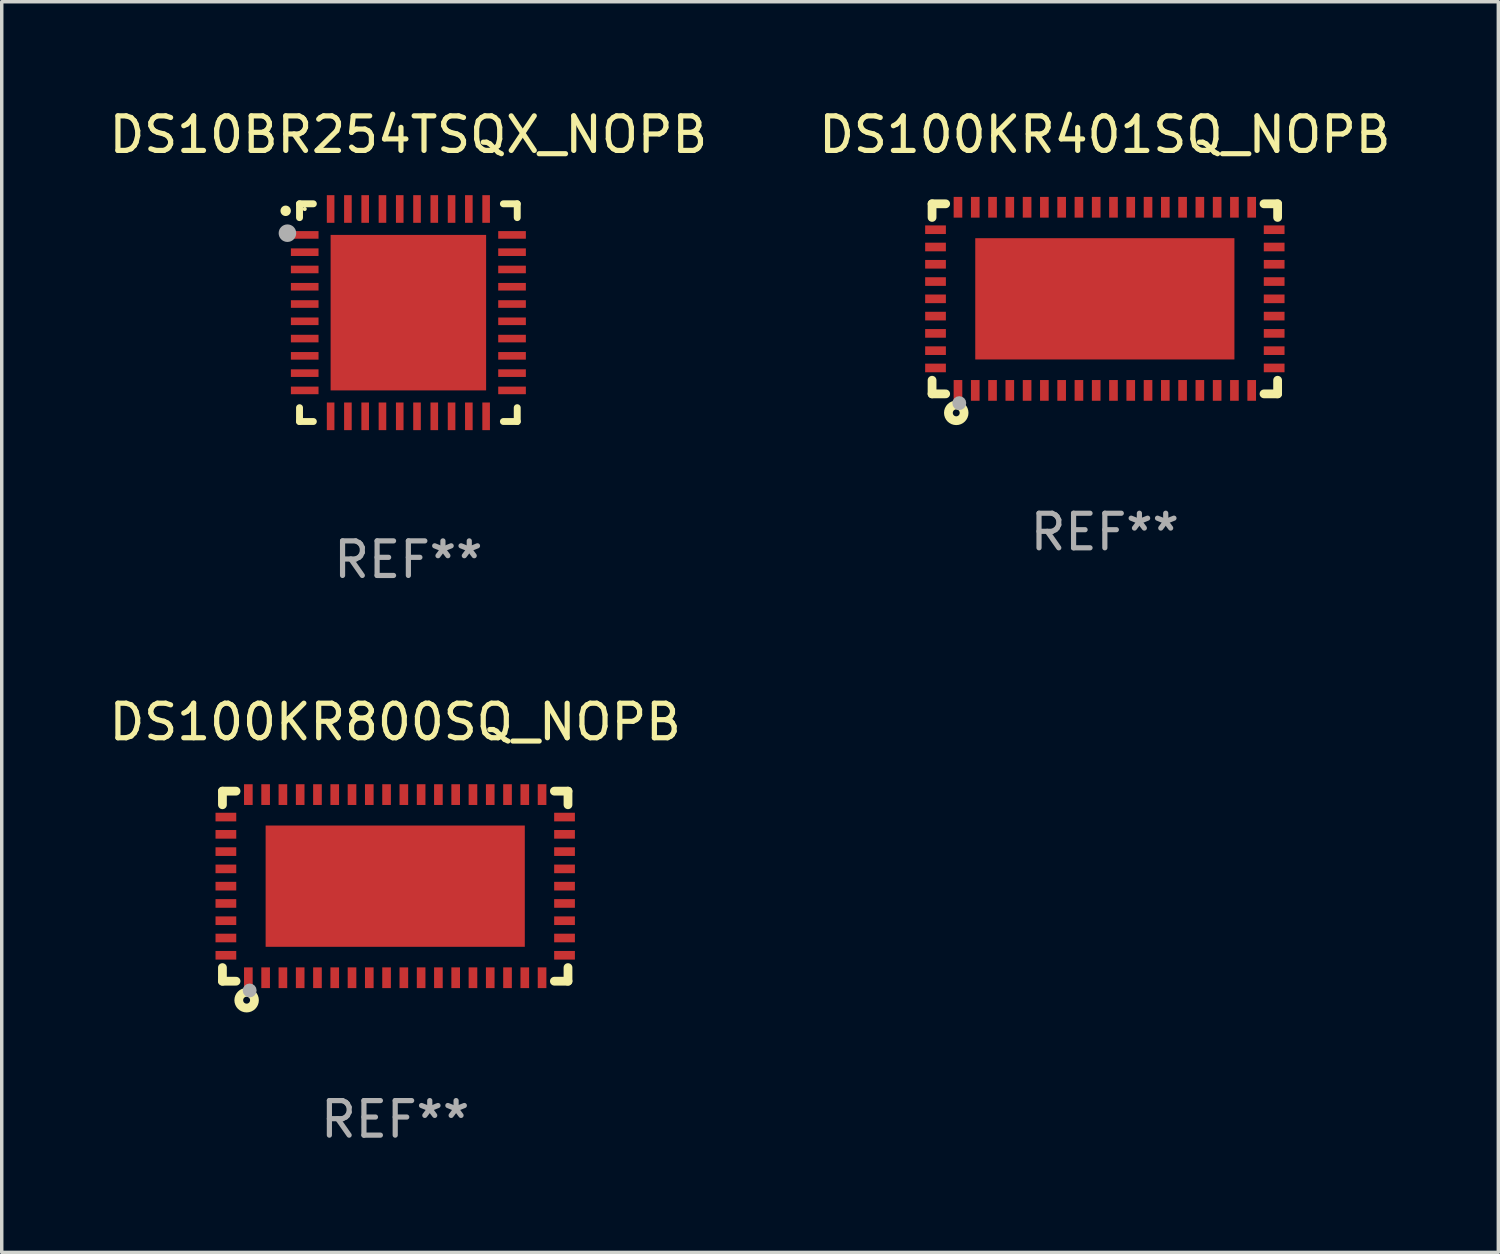
<source format=kicad_pcb>
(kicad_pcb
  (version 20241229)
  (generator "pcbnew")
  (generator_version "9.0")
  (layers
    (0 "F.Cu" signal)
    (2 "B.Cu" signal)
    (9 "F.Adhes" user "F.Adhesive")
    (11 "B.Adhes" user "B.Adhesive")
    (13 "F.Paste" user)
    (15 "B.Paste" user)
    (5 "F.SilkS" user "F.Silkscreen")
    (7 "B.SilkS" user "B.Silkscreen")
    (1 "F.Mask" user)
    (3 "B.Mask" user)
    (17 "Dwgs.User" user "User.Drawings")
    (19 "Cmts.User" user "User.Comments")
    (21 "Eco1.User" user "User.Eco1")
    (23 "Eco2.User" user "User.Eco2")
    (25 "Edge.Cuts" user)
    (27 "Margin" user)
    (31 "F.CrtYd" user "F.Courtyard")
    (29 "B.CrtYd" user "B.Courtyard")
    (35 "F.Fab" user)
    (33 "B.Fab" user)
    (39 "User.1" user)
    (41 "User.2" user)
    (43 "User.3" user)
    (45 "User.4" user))
  (footprint "DS10BR254TSQX_NOPB"
    (layer "F.Cu")
    (at 8.768 5.998)
    (property "Reference" "DS10BR254TSQX_NOPB" (at 0 -5.15 0) (layer "F.SilkS") (effects (font (size 1 1) (thickness 0.15))))
    (attr through_hole)
    (fp_line (start -3.15 -3.15) (end -2.75 -3.15) (stroke (width 0.2) (type solid)) (layer "F.SilkS"))
    (fp_line (start -3.15 -2.75) (end -3.15 -3.15) (stroke (width 0.2) (type solid)) (layer "F.SilkS"))
    (fp_line (start -3.15 3.15) (end -3.15 2.75) (stroke (width 0.2) (type solid)) (layer "F.SilkS"))
    (fp_line (start -2.75 3.15) (end -3.15 3.15) (stroke (width 0.2) (type solid)) (layer "F.SilkS"))
    (fp_line (start 2.75 -3.15) (end 3.15 -3.15) (stroke (width 0.2) (type solid)) (layer "F.SilkS"))
    (fp_line (start 2.75 3.15) (end 3.15 3.15) (stroke (width 0.2) (type solid)) (layer "F.SilkS"))
    (fp_line (start 3.15 -3.15) (end 3.15 -2.75) (stroke (width 0.2) (type solid)) (layer "F.SilkS"))
    (fp_line (start 3.15 3.15) (end 3.15 2.75) (stroke (width 0.2) (type solid)) (layer "F.SilkS"))
    (fp_arc (start -3.550927 -2.946406) (mid -3.550932 -2.947676) (end -3.550927 -2.948946) (stroke (width 0.3) (type solid)) (layer "F.SilkS"))
    (fp_circle (center -3 -3) (end -2.97 -3) (stroke (width 0.06) (type solid)) (fill no) (layer "F.SilkS"))
    (fp_circle (center -3.5 -2.3) (end -3.373 -2.3) (stroke (width 0.254) (type solid)) (fill no) (layer "F.Fab"))
    (fp_text user "REF**" (at 0 7.15 0) (layer "F.Fab") (effects (font (size 1 1) (thickness 0.15))))
    (pad "1" smd rect (at -3 -2.25) (size 0.8 0.22) (layers "F.Cu" "F.Mask" "F.Paste"))
    (pad "2" smd rect (at -3 -1.75) (size 0.8 0.22) (layers "F.Cu" "F.Mask" "F.Paste"))
    (pad "3" smd rect (at -3 -1.25) (size 0.8 0.22) (layers "F.Cu" "F.Mask" "F.Paste"))
    (pad "4" smd rect (at -3 -0.75) (size 0.8 0.22) (layers "F.Cu" "F.Mask" "F.Paste"))
    (pad "5" smd rect (at -3 -0.25) (size 0.8 0.22) (layers "F.Cu" "F.Mask" "F.Paste"))
    (pad "6" smd rect (at -3 0.25) (size 0.8 0.22) (layers "F.Cu" "F.Mask" "F.Paste"))
    (pad "7" smd rect (at -3 0.75) (size 0.8 0.22) (layers "F.Cu" "F.Mask" "F.Paste"))
    (pad "8" smd rect (at -3 1.25) (size 0.8 0.22) (layers "F.Cu" "F.Mask" "F.Paste"))
    (pad "9" smd rect (at -3 1.75) (size 0.8 0.22) (layers "F.Cu" "F.Mask" "F.Paste"))
    (pad "10" smd rect (at -3 2.25) (size 0.8 0.22) (layers "F.Cu" "F.Mask" "F.Paste"))
    (pad "11" smd rect (at -2.25 3) (size 0.22 0.8) (layers "F.Cu" "F.Mask" "F.Paste"))
    (pad "12" smd rect (at -1.75 3) (size 0.22 0.8) (layers "F.Cu" "F.Mask" "F.Paste"))
    (pad "13" smd rect (at -1.25 3) (size 0.22 0.8) (layers "F.Cu" "F.Mask" "F.Paste"))
    (pad "14" smd rect (at -0.75 3) (size 0.22 0.8) (layers "F.Cu" "F.Mask" "F.Paste"))
    (pad "15" smd rect (at -0.25 3) (size 0.22 0.8) (layers "F.Cu" "F.Mask" "F.Paste"))
    (pad "16" smd rect (at 0.25 3) (size 0.22 0.8) (layers "F.Cu" "F.Mask" "F.Paste"))
    (pad "17" smd rect (at 0.75 3) (size 0.22 0.8) (layers "F.Cu" "F.Mask" "F.Paste"))
    (pad "18" smd rect (at 1.25 3) (size 0.22 0.8) (layers "F.Cu" "F.Mask" "F.Paste"))
    (pad "19" smd rect (at 1.75 3) (size 0.22 0.8) (layers "F.Cu" "F.Mask" "F.Paste"))
    (pad "20" smd rect (at 2.25 3) (size 0.22 0.8) (layers "F.Cu" "F.Mask" "F.Paste"))
    (pad "21" smd rect (at 3 2.25) (size 0.8 0.22) (layers "F.Cu" "F.Mask" "F.Paste"))
    (pad "22" smd rect (at 3 1.75) (size 0.8 0.22) (layers "F.Cu" "F.Mask" "F.Paste"))
    (pad "23" smd rect (at 3 1.25) (size 0.8 0.22) (layers "F.Cu" "F.Mask" "F.Paste"))
    (pad "24" smd rect (at 3 0.75) (size 0.8 0.22) (layers "F.Cu" "F.Mask" "F.Paste"))
    (pad "25" smd rect (at 3 0.25) (size 0.8 0.22) (layers "F.Cu" "F.Mask" "F.Paste"))
    (pad "26" smd rect (at 3 -0.25) (size 0.8 0.22) (layers "F.Cu" "F.Mask" "F.Paste"))
    (pad "27" smd rect (at 3 -0.75) (size 0.8 0.22) (layers "F.Cu" "F.Mask" "F.Paste"))
    (pad "28" smd rect (at 3 -1.25) (size 0.8 0.22) (layers "F.Cu" "F.Mask" "F.Paste"))
    (pad "29" smd rect (at 3 -1.75) (size 0.8 0.22) (layers "F.Cu" "F.Mask" "F.Paste"))
    (pad "30" smd rect (at 3 -2.25) (size 0.8 0.22) (layers "F.Cu" "F.Mask" "F.Paste"))
    (pad "31" smd rect (at 2.25 -3) (size 0.22 0.8) (layers "F.Cu" "F.Mask" "F.Paste"))
    (pad "32" smd rect (at 1.75 -3) (size 0.22 0.8) (layers "F.Cu" "F.Mask" "F.Paste"))
    (pad "33" smd rect (at 1.25 -3) (size 0.22 0.8) (layers "F.Cu" "F.Mask" "F.Paste"))
    (pad "34" smd rect (at 0.75 -3) (size 0.22 0.8) (layers "F.Cu" "F.Mask" "F.Paste"))
    (pad "35" smd rect (at 0.25 -3) (size 0.22 0.8) (layers "F.Cu" "F.Mask" "F.Paste"))
    (pad "36" smd rect (at -0.25 -3) (size 0.22 0.8) (layers "F.Cu" "F.Mask" "F.Paste"))
    (pad "37" smd rect (at -0.75 -3) (size 0.22 0.8) (layers "F.Cu" "F.Mask" "F.Paste"))
    (pad "38" smd rect (at -1.25 -3) (size 0.22 0.8) (layers "F.Cu" "F.Mask" "F.Paste"))
    (pad "39" smd rect (at -1.75 -3) (size 0.22 0.8) (layers "F.Cu" "F.Mask" "F.Paste"))
    (pad "40" smd rect (at -2.25 -3) (size 0.22 0.8) (layers "F.Cu" "F.Mask" "F.Paste"))
    (pad "41" smd rect (at -0.000102 0) (size 4.5 4.5) (layers "F.Cu" "F.Mask" "F.Paste")))
  (footprint "DS100KR800SQ_NOPB"
    (layer "F.Cu")
    (at 8.387 22.595)
    (property "Reference" "DS100KR800SQ_NOPB" (at 0 -4.75 0) (layer "F.SilkS") (effects (font (size 1 1) (thickness 0.15))))
    (attr through_hole)
    (fp_line (start -5 -2.75) (end -4.606 -2.75) (stroke (width 0.254) (type solid)) (layer "F.SilkS"))
    (fp_line (start -5 -2.356) (end -5 -2.75) (stroke (width 0.254) (type solid)) (layer "F.SilkS"))
    (fp_line (start -5 2.75) (end -5 2.356) (stroke (width 0.254) (type solid)) (layer "F.SilkS"))
    (fp_line (start -4.606 2.75) (end -5 2.75) (stroke (width 0.254) (type solid)) (layer "F.SilkS"))
    (fp_line (start 4.606 -2.75) (end 5 -2.75) (stroke (width 0.254) (type solid)) (layer "F.SilkS"))
    (fp_line (start 5 -2.75) (end 5 -2.356) (stroke (width 0.254) (type solid)) (layer "F.SilkS"))
    (fp_line (start 5 2.356) (end 5 2.75) (stroke (width 0.254) (type solid)) (layer "F.SilkS"))
    (fp_line (start 5 2.75) (end 4.606 2.75) (stroke (width 0.254) (type solid)) (layer "F.SilkS"))
    (fp_circle (center -5 2.75) (end -4.97 2.75) (stroke (width 0.06) (type solid)) (fill no) (layer "F.SilkS"))
    (fp_circle (center -4.3 3.3) (end -4.2 3.3) (stroke (width 0.254) (type solid)) (fill no) (layer "F.SilkS"))
    (fp_circle (center -4.212 3.018) (end -4.111 3.018) (stroke (width 0.2) (type solid)) (fill no) (layer "F.Fab"))
    (fp_text user "REF**" (at 0 6.75 0) (layer "F.Fab") (effects (font (size 1 1) (thickness 0.15))))
    (pad "1" smd rect (at -4.25 2.65 270) (size 0.6 0.25) (layers "F.Cu" "F.Mask" "F.Paste"))
    (pad "2" smd rect (at -3.75 2.65 270) (size 0.6 0.25) (layers "F.Cu" "F.Mask" "F.Paste"))
    (pad "3" smd rect (at -3.25 2.65 270) (size 0.6 0.25) (layers "F.Cu" "F.Mask" "F.Paste"))
    (pad "4" smd rect (at -2.75 2.65 270) (size 0.6 0.25) (layers "F.Cu" "F.Mask" "F.Paste"))
    (pad "5" smd rect (at -2.25 2.65 270) (size 0.6 0.25) (layers "F.Cu" "F.Mask" "F.Paste"))
    (pad "6" smd rect (at -1.75 2.65 270) (size 0.6 0.25) (layers "F.Cu" "F.Mask" "F.Paste"))
    (pad "7" smd rect (at -1.25 2.65 270) (size 0.6 0.25) (layers "F.Cu" "F.Mask" "F.Paste"))
    (pad "8" smd rect (at -0.75 2.65 270) (size 0.6 0.25) (layers "F.Cu" "F.Mask" "F.Paste"))
    (pad "9" smd rect (at -0.25 2.65 270) (size 0.6 0.25) (layers "F.Cu" "F.Mask" "F.Paste"))
    (pad "10" smd rect (at 0.25 2.65 270) (size 0.6 0.25) (layers "F.Cu" "F.Mask" "F.Paste"))
    (pad "11" smd rect (at 0.75 2.65 270) (size 0.6 0.25) (layers "F.Cu" "F.Mask" "F.Paste"))
    (pad "12" smd rect (at 1.25 2.65 270) (size 0.6 0.25) (layers "F.Cu" "F.Mask" "F.Paste"))
    (pad "13" smd rect (at 1.75 2.65 270) (size 0.6 0.25) (layers "F.Cu" "F.Mask" "F.Paste"))
    (pad "14" smd rect (at 2.25 2.65 270) (size 0.6 0.25) (layers "F.Cu" "F.Mask" "F.Paste"))
    (pad "15" smd rect (at 2.75 2.65 270) (size 0.6 0.25) (layers "F.Cu" "F.Mask" "F.Paste"))
    (pad "16" smd rect (at 3.25 2.65 270) (size 0.6 0.25) (layers "F.Cu" "F.Mask" "F.Paste"))
    (pad "17" smd rect (at 3.75 2.65 270) (size 0.6 0.25) (layers "F.Cu" "F.Mask" "F.Paste"))
    (pad "18" smd rect (at 4.25 2.65 270) (size 0.6 0.25) (layers "F.Cu" "F.Mask" "F.Paste"))
    (pad "19" smd rect (at 4.9 2 270) (size 0.25 0.6) (layers "F.Cu" "F.Mask" "F.Paste"))
    (pad "20" smd rect (at 4.9 1.5 270) (size 0.25 0.6) (layers "F.Cu" "F.Mask" "F.Paste"))
    (pad "21" smd rect (at 4.9 1 270) (size 0.25 0.6) (layers "F.Cu" "F.Mask" "F.Paste"))
    (pad "22" smd rect (at 4.9 0.5 270) (size 0.25 0.6) (layers "F.Cu" "F.Mask" "F.Paste"))
    (pad "23" smd rect (at 4.9 -0.000076 270) (size 0.25 0.6) (layers "F.Cu" "F.Mask" "F.Paste"))
    (pad "24" smd rect (at 4.9 -0.5 270) (size 0.25 0.6) (layers "F.Cu" "F.Mask" "F.Paste"))
    (pad "25" smd rect (at 4.9 -1 270) (size 0.25 0.6) (layers "F.Cu" "F.Mask" "F.Paste"))
    (pad "26" smd rect (at 4.9 -1.5 270) (size 0.25 0.6) (layers "F.Cu" "F.Mask" "F.Paste"))
    (pad "27" smd rect (at 4.9 -2 270) (size 0.25 0.6) (layers "F.Cu" "F.Mask" "F.Paste"))
    (pad "28" smd rect (at 4.25 -2.65 270) (size 0.6 0.25) (layers "F.Cu" "F.Mask" "F.Paste"))
    (pad "29" smd rect (at 3.75 -2.65 270) (size 0.6 0.25) (layers "F.Cu" "F.Mask" "F.Paste"))
    (pad "30" smd rect (at 3.25 -2.65 270) (size 0.6 0.25) (layers "F.Cu" "F.Mask" "F.Paste"))
    (pad "31" smd rect (at 2.75 -2.65 270) (size 0.6 0.25) (layers "F.Cu" "F.Mask" "F.Paste"))
    (pad "32" smd rect (at 2.25 -2.65 270) (size 0.6 0.25) (layers "F.Cu" "F.Mask" "F.Paste"))
    (pad "33" smd rect (at 1.75 -2.65 270) (size 0.6 0.25) (layers "F.Cu" "F.Mask" "F.Paste"))
    (pad "34" smd rect (at 1.25 -2.65 270) (size 0.6 0.25) (layers "F.Cu" "F.Mask" "F.Paste"))
    (pad "35" smd rect (at 0.75 -2.65 270) (size 0.6 0.25) (layers "F.Cu" "F.Mask" "F.Paste"))
    (pad "36" smd rect (at 0.25 -2.65 270) (size 0.6 0.25) (layers "F.Cu" "F.Mask" "F.Paste"))
    (pad "37" smd rect (at -0.25 -2.65 270) (size 0.6 0.25) (layers "F.Cu" "F.Mask" "F.Paste"))
    (pad "38" smd rect (at -0.75 -2.65 270) (size 0.6 0.25) (layers "F.Cu" "F.Mask" "F.Paste"))
    (pad "39" smd rect (at -1.25 -2.65 270) (size 0.6 0.25) (layers "F.Cu" "F.Mask" "F.Paste"))
    (pad "40" smd rect (at -1.75 -2.65 270) (size 0.6 0.25) (layers "F.Cu" "F.Mask" "F.Paste"))
    (pad "41" smd rect (at -2.25 -2.65 270) (size 0.6 0.25) (layers "F.Cu" "F.Mask" "F.Paste"))
    (pad "42" smd rect (at -2.75 -2.65 270) (size 0.6 0.25) (layers "F.Cu" "F.Mask" "F.Paste"))
    (pad "43" smd rect (at -3.25 -2.65 270) (size 0.6 0.25) (layers "F.Cu" "F.Mask" "F.Paste"))
    (pad "44" smd rect (at -3.75 -2.65 270) (size 0.6 0.25) (layers "F.Cu" "F.Mask" "F.Paste"))
    (pad "45" smd rect (at -4.25 -2.65 270) (size 0.6 0.25) (layers "F.Cu" "F.Mask" "F.Paste"))
    (pad "46" smd rect (at -4.9 -2 270) (size 0.25 0.6) (layers "F.Cu" "F.Mask" "F.Paste"))
    (pad "47" smd rect (at -4.9 -1.5 270) (size 0.25 0.6) (layers "F.Cu" "F.Mask" "F.Paste"))
    (pad "48" smd rect (at -4.9 -1 270) (size 0.25 0.6) (layers "F.Cu" "F.Mask" "F.Paste"))
    (pad "49" smd rect (at -4.9 -0.5 270) (size 0.25 0.6) (layers "F.Cu" "F.Mask" "F.Paste"))
    (pad "50" smd rect (at -4.9 -0.000076 270) (size 0.25 0.6) (layers "F.Cu" "F.Mask" "F.Paste"))
    (pad "51" smd rect (at -4.9 0.5 270) (size 0.25 0.6) (layers "F.Cu" "F.Mask" "F.Paste"))
    (pad "52" smd rect (at -4.9 1 270) (size 0.25 0.6) (layers "F.Cu" "F.Mask" "F.Paste"))
    (pad "53" smd rect (at -4.9 1.5 270) (size 0.25 0.6) (layers "F.Cu" "F.Mask" "F.Paste"))
    (pad "54" smd rect (at -4.9 2 270) (size 0.25 0.6) (layers "F.Cu" "F.Mask" "F.Paste"))
    (pad "55" smd rect (at 0.000064 -0.000076 270) (size 3.51 7.5) (layers "F.Cu" "F.Mask" "F.Paste")))
  (footprint "DS100KR401SQ_NOPB"
    (layer "F.Cu")
    (at 28.923 5.598)
    (property "Reference" "DS100KR401SQ_NOPB" (at 0 -4.75 0) (layer "F.SilkS") (effects (font (size 1 1) (thickness 0.15))))
    (attr through_hole)
    (fp_line (start -5 -2.75) (end -4.606 -2.75) (stroke (width 0.254) (type solid)) (layer "F.SilkS"))
    (fp_line (start -5 -2.356) (end -5 -2.75) (stroke (width 0.254) (type solid)) (layer "F.SilkS"))
    (fp_line (start -5 2.75) (end -5 2.356) (stroke (width 0.254) (type solid)) (layer "F.SilkS"))
    (fp_line (start -4.606 2.75) (end -5 2.75) (stroke (width 0.254) (type solid)) (layer "F.SilkS"))
    (fp_line (start 4.606 -2.75) (end 5 -2.75) (stroke (width 0.254) (type solid)) (layer "F.SilkS"))
    (fp_line (start 5 -2.75) (end 5 -2.356) (stroke (width 0.254) (type solid)) (layer "F.SilkS"))
    (fp_line (start 5 2.356) (end 5 2.75) (stroke (width 0.254) (type solid)) (layer "F.SilkS"))
    (fp_line (start 5 2.75) (end 4.606 2.75) (stroke (width 0.254) (type solid)) (layer "F.SilkS"))
    (fp_circle (center -5 2.75) (end -4.97 2.75) (stroke (width 0.06) (type solid)) (fill no) (layer "F.SilkS"))
    (fp_circle (center -4.3 3.3) (end -4.2 3.3) (stroke (width 0.254) (type solid)) (fill no) (layer "F.SilkS"))
    (fp_circle (center -4.212 3.018) (end -4.111 3.018) (stroke (width 0.2) (type solid)) (fill no) (layer "F.Fab"))
    (fp_text user "REF**" (at 0 6.75 0) (layer "F.Fab") (effects (font (size 1 1) (thickness 0.15))))
    (pad "1" smd rect (at -4.25 2.65 270) (size 0.6 0.25) (layers "F.Cu" "F.Mask" "F.Paste"))
    (pad "2" smd rect (at -3.75 2.65 270) (size 0.6 0.25) (layers "F.Cu" "F.Mask" "F.Paste"))
    (pad "3" smd rect (at -3.25 2.65 270) (size 0.6 0.25) (layers "F.Cu" "F.Mask" "F.Paste"))
    (pad "4" smd rect (at -2.75 2.65 270) (size 0.6 0.25) (layers "F.Cu" "F.Mask" "F.Paste"))
    (pad "5" smd rect (at -2.25 2.65 270) (size 0.6 0.25) (layers "F.Cu" "F.Mask" "F.Paste"))
    (pad "6" smd rect (at -1.75 2.65 270) (size 0.6 0.25) (layers "F.Cu" "F.Mask" "F.Paste"))
    (pad "7" smd rect (at -1.25 2.65 270) (size 0.6 0.25) (layers "F.Cu" "F.Mask" "F.Paste"))
    (pad "8" smd rect (at -0.75 2.65 270) (size 0.6 0.25) (layers "F.Cu" "F.Mask" "F.Paste"))
    (pad "9" smd rect (at -0.25 2.65 270) (size 0.6 0.25) (layers "F.Cu" "F.Mask" "F.Paste"))
    (pad "10" smd rect (at 0.25 2.65 270) (size 0.6 0.25) (layers "F.Cu" "F.Mask" "F.Paste"))
    (pad "11" smd rect (at 0.75 2.65 270) (size 0.6 0.25) (layers "F.Cu" "F.Mask" "F.Paste"))
    (pad "12" smd rect (at 1.25 2.65 270) (size 0.6 0.25) (layers "F.Cu" "F.Mask" "F.Paste"))
    (pad "13" smd rect (at 1.75 2.65 270) (size 0.6 0.25) (layers "F.Cu" "F.Mask" "F.Paste"))
    (pad "14" smd rect (at 2.25 2.65 270) (size 0.6 0.25) (layers "F.Cu" "F.Mask" "F.Paste"))
    (pad "15" smd rect (at 2.75 2.65 270) (size 0.6 0.25) (layers "F.Cu" "F.Mask" "F.Paste"))
    (pad "16" smd rect (at 3.25 2.65 270) (size 0.6 0.25) (layers "F.Cu" "F.Mask" "F.Paste"))
    (pad "17" smd rect (at 3.75 2.65 270) (size 0.6 0.25) (layers "F.Cu" "F.Mask" "F.Paste"))
    (pad "18" smd rect (at 4.25 2.65 270) (size 0.6 0.25) (layers "F.Cu" "F.Mask" "F.Paste"))
    (pad "19" smd rect (at 4.9 2 270) (size 0.25 0.6) (layers "F.Cu" "F.Mask" "F.Paste"))
    (pad "20" smd rect (at 4.9 1.5 270) (size 0.25 0.6) (layers "F.Cu" "F.Mask" "F.Paste"))
    (pad "21" smd rect (at 4.9 1 270) (size 0.25 0.6) (layers "F.Cu" "F.Mask" "F.Paste"))
    (pad "22" smd rect (at 4.9 0.5 270) (size 0.25 0.6) (layers "F.Cu" "F.Mask" "F.Paste"))
    (pad "23" smd rect (at 4.9 -0.000076 270) (size 0.25 0.6) (layers "F.Cu" "F.Mask" "F.Paste"))
    (pad "24" smd rect (at 4.9 -0.5 270) (size 0.25 0.6) (layers "F.Cu" "F.Mask" "F.Paste"))
    (pad "25" smd rect (at 4.9 -1 270) (size 0.25 0.6) (layers "F.Cu" "F.Mask" "F.Paste"))
    (pad "26" smd rect (at 4.9 -1.5 270) (size 0.25 0.6) (layers "F.Cu" "F.Mask" "F.Paste"))
    (pad "27" smd rect (at 4.9 -2 270) (size 0.25 0.6) (layers "F.Cu" "F.Mask" "F.Paste"))
    (pad "28" smd rect (at 4.25 -2.65 270) (size 0.6 0.25) (layers "F.Cu" "F.Mask" "F.Paste"))
    (pad "29" smd rect (at 3.75 -2.65 270) (size 0.6 0.25) (layers "F.Cu" "F.Mask" "F.Paste"))
    (pad "30" smd rect (at 3.25 -2.65 270) (size 0.6 0.25) (layers "F.Cu" "F.Mask" "F.Paste"))
    (pad "31" smd rect (at 2.75 -2.65 270) (size 0.6 0.25) (layers "F.Cu" "F.Mask" "F.Paste"))
    (pad "32" smd rect (at 2.25 -2.65 270) (size 0.6 0.25) (layers "F.Cu" "F.Mask" "F.Paste"))
    (pad "33" smd rect (at 1.75 -2.65 270) (size 0.6 0.25) (layers "F.Cu" "F.Mask" "F.Paste"))
    (pad "34" smd rect (at 1.25 -2.65 270) (size 0.6 0.25) (layers "F.Cu" "F.Mask" "F.Paste"))
    (pad "35" smd rect (at 0.75 -2.65 270) (size 0.6 0.25) (layers "F.Cu" "F.Mask" "F.Paste"))
    (pad "36" smd rect (at 0.25 -2.65 270) (size 0.6 0.25) (layers "F.Cu" "F.Mask" "F.Paste"))
    (pad "37" smd rect (at -0.25 -2.65 270) (size 0.6 0.25) (layers "F.Cu" "F.Mask" "F.Paste"))
    (pad "38" smd rect (at -0.75 -2.65 270) (size 0.6 0.25) (layers "F.Cu" "F.Mask" "F.Paste"))
    (pad "39" smd rect (at -1.25 -2.65 270) (size 0.6 0.25) (layers "F.Cu" "F.Mask" "F.Paste"))
    (pad "40" smd rect (at -1.75 -2.65 270) (size 0.6 0.25) (layers "F.Cu" "F.Mask" "F.Paste"))
    (pad "41" smd rect (at -2.25 -2.65 270) (size 0.6 0.25) (layers "F.Cu" "F.Mask" "F.Paste"))
    (pad "42" smd rect (at -2.75 -2.65 270) (size 0.6 0.25) (layers "F.Cu" "F.Mask" "F.Paste"))
    (pad "43" smd rect (at -3.25 -2.65 270) (size 0.6 0.25) (layers "F.Cu" "F.Mask" "F.Paste"))
    (pad "44" smd rect (at -3.75 -2.65 270) (size 0.6 0.25) (layers "F.Cu" "F.Mask" "F.Paste"))
    (pad "45" smd rect (at -4.25 -2.65 270) (size 0.6 0.25) (layers "F.Cu" "F.Mask" "F.Paste"))
    (pad "46" smd rect (at -4.9 -2 270) (size 0.25 0.6) (layers "F.Cu" "F.Mask" "F.Paste"))
    (pad "47" smd rect (at -4.9 -1.5 270) (size 0.25 0.6) (layers "F.Cu" "F.Mask" "F.Paste"))
    (pad "48" smd rect (at -4.9 -1 270) (size 0.25 0.6) (layers "F.Cu" "F.Mask" "F.Paste"))
    (pad "49" smd rect (at -4.9 -0.5 270) (size 0.25 0.6) (layers "F.Cu" "F.Mask" "F.Paste"))
    (pad "50" smd rect (at -4.9 -0.000076 270) (size 0.25 0.6) (layers "F.Cu" "F.Mask" "F.Paste"))
    (pad "51" smd rect (at -4.9 0.5 270) (size 0.25 0.6) (layers "F.Cu" "F.Mask" "F.Paste"))
    (pad "52" smd rect (at -4.9 1 270) (size 0.25 0.6) (layers "F.Cu" "F.Mask" "F.Paste"))
    (pad "53" smd rect (at -4.9 1.5 270) (size 0.25 0.6) (layers "F.Cu" "F.Mask" "F.Paste"))
    (pad "54" smd rect (at -4.9 2 270) (size 0.25 0.6) (layers "F.Cu" "F.Mask" "F.Paste"))
    (pad "55" smd rect (at 0.000064 -0.000076 270) (size 3.51 7.5) (layers "F.Cu" "F.Mask" "F.Paste")))
  (gr_rect
    (start -3 -3)
    (end 40.31 33.193)
    (stroke (width 0.1) (type default))
    (fill no)
    (layer "Edge.Cuts")))
</source>
